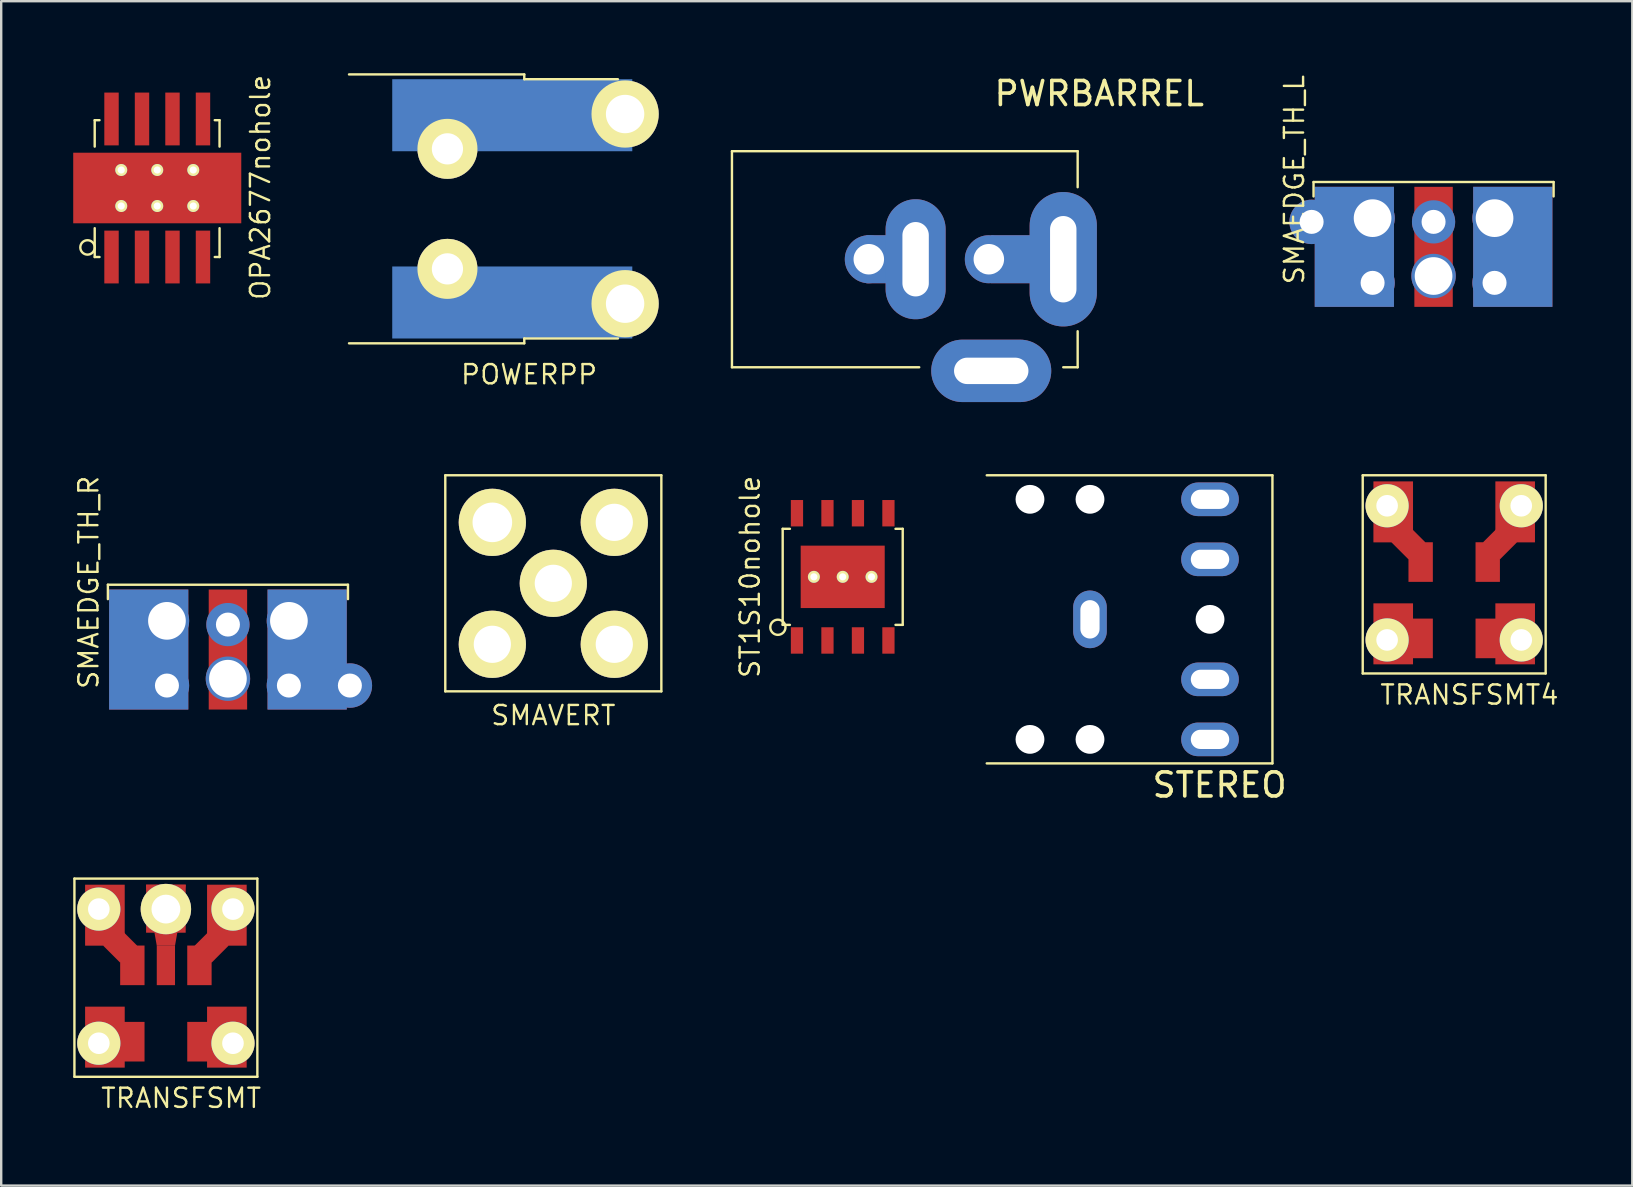
<source format=kicad_pcb>
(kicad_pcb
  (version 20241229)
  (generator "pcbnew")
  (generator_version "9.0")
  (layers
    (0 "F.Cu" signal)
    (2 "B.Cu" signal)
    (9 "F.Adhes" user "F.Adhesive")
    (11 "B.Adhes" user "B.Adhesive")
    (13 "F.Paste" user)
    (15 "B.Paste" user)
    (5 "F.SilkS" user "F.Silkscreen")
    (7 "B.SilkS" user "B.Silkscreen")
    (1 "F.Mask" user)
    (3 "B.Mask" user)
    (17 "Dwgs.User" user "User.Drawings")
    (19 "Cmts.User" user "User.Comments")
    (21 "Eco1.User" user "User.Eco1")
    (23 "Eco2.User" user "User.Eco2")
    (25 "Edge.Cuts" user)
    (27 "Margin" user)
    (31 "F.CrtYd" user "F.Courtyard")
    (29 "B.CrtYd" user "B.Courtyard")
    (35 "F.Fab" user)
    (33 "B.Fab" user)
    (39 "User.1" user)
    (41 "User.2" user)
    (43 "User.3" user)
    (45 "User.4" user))
  (footprint "SMAVERT"
    (layer "F.Cu")
    (at 19.998 21.248)
    (property "Reference" "SMAVERT" (at 0 5.5 0) (layer "F.SilkS") (effects (font (size 0.8 0.8) (thickness 0.1))))
    (attr through_hole)
    (fp_line (start -4.5 -4.5) (end -4.5 4.5) (stroke (width 0.1) (type solid)) (layer "F.SilkS"))
    (fp_line (start -4.5 4.5) (end 4.5 4.5) (stroke (width 0.1) (type solid)) (layer "F.SilkS"))
    (fp_line (start 4.5 -4.5) (end -4.5 -4.5) (stroke (width 0.1) (type solid)) (layer "F.SilkS"))
    (fp_line (start 4.5 4.5) (end 4.5 -4.5) (stroke (width 0.1) (type solid)) (layer "F.SilkS"))
    (pad "1" thru_hole circle (at 0 0) (size 2.8 2.8) (drill 1.55) (layers "*.Cu" "*.Mask" "F.SilkS"))
    (pad "2" thru_hole circle (at -2.54 -2.54) (size 2.8 2.8) (drill 1.65) (layers "*.Cu" "*.Mask" "F.SilkS"))
    (pad "2" thru_hole circle (at -2.54 2.54) (size 2.8 2.8) (drill 1.55) (layers "*.Cu" "*.Mask" "F.SilkS"))
    (pad "2" thru_hole circle (at 2.54 -2.54) (size 2.8 2.8) (drill 1.55) (layers "*.Cu" "*.Mask" "F.SilkS"))
    (pad "2" thru_hole circle (at 2.54 2.54) (size 2.8 2.8) (drill 1.55) (layers "*.Cu" "*.Mask" "F.SilkS")))
  (footprint "SMAEDGE_TH_R"
    (layer "F.Cu")
    (at 6.444 26.706)
    (property "Reference" "SMAEDGE_TH_R" (at -5.8 -5.5 90) (layer "F.SilkS") (effects (font (size 0.8 0.8) (thickness 0.1))))
    (attr through_hole)
    (fp_line (start -5 -5.4) (end -5 -4.8) (stroke (width 0.1) (type solid)) (layer "F.SilkS"))
    (fp_line (start -5 -5.4) (end 5 -5.4) (stroke (width 0.1) (type solid)) (layer "F.SilkS"))
    (fp_line (start 5 -5.4) (end 5 -4.8) (stroke (width 0.1) (type solid)) (layer "F.SilkS"))
    (pad "1" thru_hole circle (at 0 -3.74) (size 1.8 1.8) (drill 1) (layers "*.Cu" "*.Mask"))
    (pad "1" smd rect (at 0 -2.7) (size 1.6 5) (layers "F.Cu" "F.Mask" "F.Paste"))
    (pad "1" thru_hole circle (at 0 -1.485) (size 1.85 1.85) (drill 1.57) (layers "*.Cu" "*.Mask"))
    (pad "2" smd rect (at -3.3 -2.7) (size 3.3 5) (layers "F.Cu" "F.Mask" "F.Paste"))
    (pad "2" smd rect (at -3.3 -2.7) (size 3.3 5) (layers "B.Cu" "B.Mask" "B.Paste"))
    (pad "2" thru_hole circle (at -2.54 -3.895) (size 1.85 1.85) (drill 1.57) (layers "*.Cu" "*.Mask"))
    (pad "2" thru_hole circle (at -2.54 -1.2) (size 1.85 1.85) (drill 1) (layers "*.Cu" "*.Mask"))
    (pad "2" thru_hole circle (at 2.54 -3.895) (size 1.85 1.85) (drill 1.57) (layers "*.Cu" "*.Mask"))
    (pad "2" thru_hole circle (at 2.54 -1.2) (size 1.85 1.85) (drill 1) (layers "*.Cu" "*.Mask"))
    (pad "2" smd rect (at 3.3 -2.7) (size 3.3 5) (layers "F.Cu" "F.Mask" "F.Paste"))
    (pad "2" smd rect (at 3.3 -2.7) (size 3.3 5) (layers "*.Paste" "B.Cu" "B.Mask"))
    (pad "2" thru_hole circle (at 5.08 -1.2) (size 1.85 1.85) (drill 1) (layers "*.Cu" "*.Mask")))
  (footprint "TRANSFSMT4"
    (layer "F.Cu")
    (at 57.523 20.812)
    (property "Reference" "TRANSFSMT4" (at 0.635 5.08 0) (layer "F.SilkS") (effects (font (size 0.8 0.8) (thickness 0.1))))
    (attr through_hole)
    (fp_line (start -3.81 -4.064) (end -3.81 4.191) (stroke (width 0.1) (type solid)) (layer "F.SilkS"))
    (fp_line (start -3.81 -4.064) (end 3.81 -4.064) (stroke (width 0.1) (type solid)) (layer "F.SilkS"))
    (fp_line (start -3.81 4.191) (end 3.81 4.191) (stroke (width 0.1) (type solid)) (layer "F.SilkS"))
    (fp_line (start 3.81 4.191) (end 3.81 -4.064) (stroke (width 0.1) (type solid)) (layer "F.SilkS"))
    (pad "1" smd rect (at 1.397 -0.45) (size 1.015 1.65) (layers "F.Cu" "F.Mask" "F.Paste"))
    (pad "1" smd rect (at 1.905 -1.27 45) (size 1 1) (layers "F.Cu" "F.Mask" "F.Paste"))
    (pad "1" smd rect (at 2.54 -2.54) (size 1.65 2.54) (layers "F.Cu" "F.Mask" "F.Paste"))
    (pad "1" thru_hole circle (at 2.794 -2.794) (size 1.8 1.8) (drill 0.9) (layers "*.Cu" "*.Mask" "F.SilkS"))
    (pad "2" thru_hole circle (at -2.794 -2.794) (size 1.8 1.8) (drill 0.9) (layers "*.Cu" "*.Mask" "F.SilkS"))
    (pad "2" smd rect (at -2.54 -2.54) (size 1.65 2.54) (layers "F.Cu" "F.Mask" "F.Paste"))
    (pad "2" smd rect (at -1.905 -1.27 45) (size 1 1) (layers "F.Cu" "F.Mask" "F.Paste"))
    (pad "2" smd rect (at -1.397 -0.45) (size 1.015 1.65) (layers "F.Cu" "F.Mask" "F.Paste"))
    (pad "3" thru_hole circle (at -2.794 2.794) (size 1.8 1.8) (drill 0.9) (layers "*.Cu" "*.Mask" "F.SilkS"))
    (pad "3" smd rect (at -2.54 2.54) (size 1.65 2.54) (layers "F.Cu" "F.Mask" "F.Paste"))
    (pad "3" smd rect (at -1.397 2.73) (size 1.015 1.65) (layers "F.Cu" "F.Mask" "F.Paste"))
    (pad "4" smd rect (at 1.397 2.73) (size 1.015 1.65) (layers "F.Cu" "F.Mask" "F.Paste"))
    (pad "4" smd rect (at 2.54 2.54) (size 1.65 2.54) (layers "F.Cu" "F.Mask" "F.Paste"))
    (pad "4" thru_hole circle (at 2.794 2.794) (size 1.8 1.8) (drill 0.9) (layers "*.Cu" "*.Mask" "F.SilkS")))
  (footprint "TRANSFSMT"
    (layer "F.Cu")
    (at 3.86 37.611)
    (property "Reference" "TRANSFSMT" (at 0.635 5.08 0) (layer "F.SilkS") (effects (font (size 0.8 0.8) (thickness 0.1))))
    (attr through_hole)
    (fp_line (start -3.81 -4.064) (end -3.81 4.191) (stroke (width 0.1) (type solid)) (layer "F.SilkS"))
    (fp_line (start -3.81 -4.064) (end 3.81 -4.064) (stroke (width 0.1) (type solid)) (layer "F.SilkS"))
    (fp_line (start -3.81 4.191) (end 3.81 4.191) (stroke (width 0.1) (type solid)) (layer "F.SilkS"))
    (fp_line (start 3.81 4.191) (end 3.81 -4.064) (stroke (width 0.1) (type solid)) (layer "F.SilkS"))
    (pad "1" smd rect (at 1.397 -0.45) (size 1.015 1.65) (layers "F.Cu" "F.Mask" "F.Paste"))
    (pad "1" smd rect (at 1.905 -1.27 45) (size 1 1) (layers "F.Cu" "F.Mask" "F.Paste"))
    (pad "1" smd rect (at 2.54 -2.54) (size 1.65 2.54) (layers "F.Cu" "F.Mask" "F.Paste"))
    (pad "1" thru_hole circle (at 2.794 -2.794) (size 1.8 1.8) (drill 0.9) (layers "*.Cu" "*.Mask" "F.SilkS"))
    (pad "2" smd rect (at 0 -2.81) (size 1.65 2) (layers "F.Cu" "F.Mask" "F.Paste"))
    (pad "2" thru_hole circle (at 0 -2.794) (size 2.1 2.1) (drill 1.2) (layers "*.Cu" "*.Mask" "F.SilkS"))
    (pad "2" smd trapezoid (at 0 -2.54) (size 1.21 2.54) (rect_delta 0 -0.45) (layers "F.Cu" "F.Mask" "F.Paste"))
    (pad "2" smd rect (at 0 -0.45) (size 0.76 1.65) (layers "F.Cu" "F.Mask" "F.Paste"))
    (pad "3" thru_hole circle (at -2.794 -2.794) (size 1.8 1.8) (drill 0.9) (layers "*.Cu" "*.Mask" "F.SilkS"))
    (pad "3" smd rect (at -2.54 -2.54) (size 1.65 2.54) (layers "F.Cu" "F.Mask" "F.Paste"))
    (pad "3" smd rect (at -1.905 -1.27 45) (size 1 1) (layers "F.Cu" "F.Mask" "F.Paste"))
    (pad "3" smd rect (at -1.397 -0.45) (size 1.015 1.65) (layers "F.Cu" "F.Mask" "F.Paste"))
    (pad "4" thru_hole circle (at -2.794 2.794) (size 1.8 1.8) (drill 0.9) (layers "*.Cu" "*.Mask" "F.SilkS"))
    (pad "4" smd rect (at -2.54 2.54) (size 1.65 2.54) (layers "F.Cu" "F.Mask" "F.Paste"))
    (pad "4" smd rect (at -1.397 2.73) (size 1.015 1.65) (layers "F.Cu" "F.Mask" "F.Paste"))
    (pad "5" smd rect (at 1.397 2.73) (size 1.015 1.65) (layers "F.Cu" "F.Mask" "F.Paste"))
    (pad "5" smd rect (at 2.54 2.54) (size 1.65 2.54) (layers "F.Cu" "F.Mask" "F.Paste"))
    (pad "5" thru_hole circle (at 2.794 2.794) (size 1.8 1.8) (drill 0.9) (layers "*.Cu" "*.Mask" "F.SilkS")))
  (footprint "ST1S10nohole"
    (layer "F.Cu")
    (at 32.052 20.978)
    (property "Reference" "ST1S10nohole" (at -3.86 0 90) (layer "F.SilkS") (effects (font (size 0.8 0.8) (thickness 0.1))))
    (attr through_hole)
    (fp_line (start -2.5 -2) (end -2.5 2) (stroke (width 0.1) (type solid)) (layer "F.SilkS"))
    (fp_line (start -2.5 2) (end -2.2 2) (stroke (width 0.1) (type solid)) (layer "F.SilkS"))
    (fp_line (start -2.2 -2) (end -2.5 -2) (stroke (width 0.1) (type solid)) (layer "F.SilkS"))
    (fp_line (start 2.2 2) (end 2.5 2) (stroke (width 0.1) (type solid)) (layer "F.SilkS"))
    (fp_line (start 2.5 -2) (end 2.2 -2) (stroke (width 0.1) (type solid)) (layer "F.SilkS"))
    (fp_line (start 2.5 2) (end 2.5 -2) (stroke (width 0.1) (type solid)) (layer "F.SilkS"))
    (fp_circle (center -2.7 2.1) (end -2.8 1.8) (stroke (width 0.1) (type solid)) (fill no) (layer "F.SilkS"))
    (pad "1" smd rect (at -1.905 2.65) (size 0.51 1.1) (layers "F.Cu" "F.Mask" "F.Paste"))
    (pad "2" smd rect (at -0.635 2.65) (size 0.51 1.1) (layers "F.Cu" "F.Mask" "F.Paste"))
    (pad "3" smd rect (at 0.635 2.65) (size 0.51 1.1) (layers "F.Cu" "F.Mask" "F.Paste"))
    (pad "4" smd rect (at 1.905 2.65) (size 0.51 1.1) (layers "F.Cu" "F.Mask" "F.Paste"))
    (pad "5" smd rect (at 1.905 -2.65) (size 0.51 1.1) (layers "F.Cu" "F.Mask" "F.Paste"))
    (pad "6" smd rect (at 0.635 -2.65) (size 0.51 1.1) (layers "F.Cu" "F.Mask" "F.Paste"))
    (pad "7" smd rect (at -0.635 -2.65) (size 0.51 1.1) (layers "F.Cu" "F.Mask" "F.Paste"))
    (pad "8" smd rect (at -1.905 -2.65) (size 0.51 1.1) (layers "F.Cu" "F.Mask" "F.Paste"))
    (pad "9" thru_hole circle (at -1.2 0) (size 0.5 0.5) (drill 0.3) (layers "*.Cu" "*.Mask" "F.SilkS"))
    (pad "9" thru_hole circle (at 0 0) (size 0.5 0.5) (drill 0.3) (layers "*.Cu" "*.Mask" "F.SilkS"))
    (pad "9" smd rect (at 0 0) (size 3.5 2.6) (layers "F.Cu" "F.Mask" "F.Paste"))
    (pad "9" thru_hole circle (at 1.2 0) (size 0.5 0.5) (drill 0.3) (layers "*.Cu" "*.Mask" "F.SilkS")))
  (footprint "STEREO"
    (layer "F.Cu")
    (at 37.852 22.748)
    (property "Reference" "STEREO" (at 9.9 6.9 0) (layer "F.SilkS") (effects (font (size 1 1) (thickness 0.15))))
    (attr through_hole)
    (fp_line (start 0.2 -6) (end 12.1 -6) (stroke (width 0.1) (type solid)) (layer "F.SilkS"))
    (fp_line (start 12.1 -6) (end 12.1 6) (stroke (width 0.1) (type solid)) (layer "F.SilkS"))
    (fp_line (start 12.1 6) (end 0.2 6) (stroke (width 0.1) (type solid)) (layer "F.SilkS"))
    (pad "" np_thru_hole circle (at 2 -5) (size 1.2 1.2) (drill 1.2) (layers "*.Cu" "*.Mask"))
    (pad "" np_thru_hole circle (at 2 5) (size 1.2 1.2) (drill 1.2) (layers "*.Cu" "*.Mask"))
    (pad "" np_thru_hole circle (at 4.5 -5) (size 1.2 1.2) (drill 1.2) (layers "*.Cu" "*.Mask"))
    (pad "" np_thru_hole circle (at 4.5 5) (size 1.2 1.2) (drill 1.2) (layers "*.Cu" "*.Mask"))
    (pad "" np_thru_hole circle (at 9.5 0) (size 1.2 1.2) (drill 1.2) (layers "*.Cu" "*.Mask"))
    (pad "1" thru_hole oval (at 4.5 0) (size 1.4 2.4) (drill oval 0.8 1.6) (layers "*.Cu" "*.Mask"))
    (pad "2" thru_hole oval (at 9.5 5) (size 2.4 1.4) (drill oval 1.6 0.8) (layers "*.Cu" "*.Mask"))
    (pad "3" thru_hole oval (at 9.5 -5) (size 2.4 1.4) (drill oval 1.6 0.8) (layers "*.Cu" "*.Mask"))
    (pad "4" thru_hole oval (at 9.5 2.5) (size 2.4 1.4) (drill oval 1.6 0.8) (layers "*.Cu" "*.Mask"))
    (pad "5" thru_hole oval (at 9.5 -2.5) (size 2.4 1.4) (drill oval 1.6 0.8) (layers "*.Cu" "*.Mask")))
  (footprint "POWERPP"
    (layer "F.Cu")
    (at 18.988 5.65)
    (property "Reference" "POWERPP" (at 0 6.9 0) (layer "F.SilkS") (effects (font (size 0.8 0.8) (thickness 0.1))))
    (attr through_hole)
    (fp_line (start -0.2 -5.6) (end -7.5 -5.6) (stroke (width 0.1) (type solid)) (layer "F.SilkS"))
    (fp_line (start -0.2 -5.6) (end -0.2 -5.4) (stroke (width 0.1) (type solid)) (layer "F.SilkS"))
    (fp_line (start -0.2 -5.4) (end 3.7 -5.4) (stroke (width 0.1) (type solid)) (layer "F.SilkS"))
    (fp_line (start -0.2 5.4) (end 3.7 5.4) (stroke (width 0.1) (type solid)) (layer "F.SilkS"))
    (fp_line (start -0.2 5.6) (end -7.5 5.6) (stroke (width 0.1) (type solid)) (layer "F.SilkS"))
    (fp_line (start -0.2 5.6) (end -0.2 5.4) (stroke (width 0.1) (type solid)) (layer "F.SilkS"))
    (pad "1" thru_hole circle (at -3.4 -2.5) (size 2.5 2.5) (drill 1.3) (layers "*.Cu" "*.Mask" "F.SilkS"))
    (pad "1" smd rect (at -0.7 -3.9) (size 10 3) (layers "B.Cu" "B.Mask" "B.Paste"))
    (pad "1" thru_hole circle (at 4 -3.95) (size 2.8 2.8) (drill 1.6) (layers "*.Cu" "*.Mask" "F.SilkS"))
    (pad "2" thru_hole circle (at -3.4 2.5) (size 2.5 2.5) (drill 1.3) (layers "*.Cu" "*.Mask" "F.SilkS"))
    (pad "2" smd rect (at -0.7 3.9) (size 10 3) (layers "B.Cu" "B.Mask" "B.Paste"))
    (pad "2" thru_hole circle (at 4 3.95) (size 2.8 2.8) (drill 1.6) (layers "*.Cu" "*.Mask" "F.SilkS")))
  (footprint "PWRBARREL"
    (layer "F.Cu")
    (at 38.239 7.748)
    (property "Reference" "PWRBARREL" (at 4.5 -6.9 0) (layer "F.SilkS") (effects (font (size 1 1) (thickness 0.15))))
    (attr through_hole)
    (fp_line (start -10.8 -4.5) (end 3.6 -4.5) (stroke (width 0.1) (type solid)) (layer "F.SilkS"))
    (fp_line (start -10.8 4.5) (end -10.8 -4.5) (stroke (width 0.1) (type solid)) (layer "F.SilkS"))
    (fp_line (start -10.8 4.5) (end -3 4.5) (stroke (width 0.1) (type solid)) (layer "F.SilkS"))
    (fp_line (start 3 4.5) (end 3.6 4.5) (stroke (width 0.1) (type solid)) (layer "F.SilkS"))
    (fp_line (start 3.6 -4.5) (end 3.6 -3) (stroke (width 0.1) (type solid)) (layer "F.SilkS"))
    (fp_line (start 3.6 4.5) (end 3.6 3) (stroke (width 0.1) (type solid)) (layer "F.SilkS"))
    (pad "1" thru_hole circle (at -0.1 0) (size 2 2) (drill 1.27) (layers "*.Cu" "*.Mask"))
    (pad "1" smd rect (at 1 0) (size 2 2) (layers "F.Cu" "F.Mask" "F.Paste"))
    (pad "1" thru_hole oval (at 3 0) (size 2.8 5.6) (drill oval 1.1 3.6) (layers "*.Cu" "*.Mask"))
    (pad "2" thru_hole circle (at -5.1 0) (size 2 2) (drill 1.27) (layers "*.Cu" "*.Mask"))
    (pad "2" smd rect (at -4.5 0) (size 1.4 2) (layers "F.Cu" "F.Mask" "F.Paste"))
    (pad "2" smd rect (at -4.5 0) (size 1.4 2) (layers "B.Cu" "B.Mask" "B.Paste"))
    (pad "2" thru_hole oval (at -3.15 0) (size 2.5 5) (drill oval 1.1 3.1) (layers "*.Cu" "*.Mask"))
    (pad "2" thru_hole oval (at 0 4.65) (size 5 2.6) (drill oval 3.1 1.1) (layers "*.Cu" "*.Mask"))
    (pad "2" smd rect (at 1 0) (size 2 2) (layers "B.Cu" "B.Mask" "B.Paste")))
  (footprint "OPA2677nohole"
    (layer "F.Cu")
    (at 1.595 7.656)
    (property "Reference" "OPA2677nohole" (at 6.2 -2.9 90) (layer "F.SilkS") (effects (font (size 0.8 0.8) (thickness 0.1))))
    (attr through_hole)
    (fp_line (start -0.7 -5.7) (end -0.7 -4.6) (stroke (width 0.1) (type solid)) (layer "F.SilkS"))
    (fp_line (start -0.7 0) (end -0.7 -1.2) (stroke (width 0.1) (type solid)) (layer "F.SilkS"))
    (fp_line (start -0.5 -5.7) (end -0.7 -5.7) (stroke (width 0.1) (type solid)) (layer "F.SilkS"))
    (fp_line (start -0.5 0) (end -0.7 0) (stroke (width 0.1) (type solid)) (layer "F.SilkS"))
    (fp_line (start 4.3 -5.7) (end 4.5 -5.7) (stroke (width 0.1) (type solid)) (layer "F.SilkS"))
    (fp_line (start 4.3 0) (end 4.5 0) (stroke (width 0.1) (type solid)) (layer "F.SilkS"))
    (fp_line (start 4.5 -5.7) (end 4.5 -4.6) (stroke (width 0.1) (type solid)) (layer "F.SilkS"))
    (fp_line (start 4.5 0) (end 4.5 -1.2) (stroke (width 0.1) (type solid)) (layer "F.SilkS"))
    (fp_circle (center -1 -0.4) (end -1.3 -0.4) (stroke (width 0.1) (type solid)) (fill no) (layer "F.SilkS"))
    (pad "1" smd rect (at 0 0) (size 0.6 2.2) (layers "F.Cu" "F.Mask" "F.Paste"))
    (pad "2" smd rect (at 1.27 0) (size 0.6 2.2) (layers "F.Cu" "F.Mask" "F.Paste"))
    (pad "3" smd rect (at 2.54 0) (size 0.6 2.2) (layers "F.Cu" "F.Mask" "F.Paste"))
    (pad "4" thru_hole circle (at 0.405 -3.625) (size 0.5 0.5) (drill 0.3) (layers "*.Cu" "*.Mask" "F.SilkS"))
    (pad "4" thru_hole circle (at 0.405 -2.125) (size 0.5 0.5) (drill 0.3) (layers "*.Cu" "*.Mask" "F.SilkS"))
    (pad "4" thru_hole circle (at 1.905 -3.625) (size 0.5 0.5) (drill 0.3) (layers "*.Cu" "*.Mask" "F.SilkS"))
    (pad "4" smd rect (at 1.905 -2.875) (size 7 2.94) (layers "F.Cu" "F.Mask" "F.Paste"))
    (pad "4" thru_hole circle (at 1.905 -2.125) (size 0.5 0.5) (drill 0.3) (layers "*.Cu" "*.Mask" "F.SilkS"))
    (pad "4" thru_hole circle (at 3.405 -3.625) (size 0.5 0.5) (drill 0.3) (layers "*.Cu" "*.Mask" "F.SilkS"))
    (pad "4" thru_hole circle (at 3.405 -2.125) (size 0.5 0.5) (drill 0.3) (layers "*.Cu" "*.Mask" "F.SilkS"))
    (pad "4" smd rect (at 3.81 0) (size 0.6 2.2) (layers "F.Cu" "F.Mask" "F.Paste"))
    (pad "5" smd rect (at 3.81 -5.75) (size 0.6 2.2) (layers "F.Cu" "F.Mask" "F.Paste"))
    (pad "6" smd rect (at 2.54 -5.75) (size 0.6 2.2) (layers "F.Cu" "F.Mask" "F.Paste"))
    (pad "7" smd rect (at 1.27 -5.75) (size 0.6 2.2) (layers "F.Cu" "F.Mask" "F.Paste"))
    (pad "8" smd rect (at 0 -5.75) (size 0.6 2.2) (layers "F.Cu" "F.Mask" "F.Paste")))
  (footprint "SMAEDGE_TH_L"
    (layer "F.Cu")
    (at 56.664 9.932)
    (property "Reference" "SMAEDGE_TH_L" (at -5.8 -5.5 90) (layer "F.SilkS") (effects (font (size 0.8 0.8) (thickness 0.1))))
    (attr through_hole)
    (fp_line (start -5 -5.4) (end -5 -4.8) (stroke (width 0.1) (type solid)) (layer "F.SilkS"))
    (fp_line (start -5 -5.4) (end 5 -5.4) (stroke (width 0.1) (type solid)) (layer "F.SilkS"))
    (fp_line (start 5 -5.4) (end 5 -4.8) (stroke (width 0.1) (type solid)) (layer "F.SilkS"))
    (pad "1" thru_hole circle (at 0 -3.74) (size 1.8 1.8) (drill 1) (layers "*.Cu" "*.Mask"))
    (pad "1" smd rect (at 0 -2.7) (size 1.6 5) (layers "F.Cu" "F.Mask"))
    (pad "1" thru_hole circle (at 0 -1.485) (size 1.85 1.85) (drill 1.57) (layers "*.Cu" "*.Mask"))
    (pad "2" thru_hole circle (at -5.08 -3.74) (size 1.85 1.85) (drill 1) (layers "*.Cu" "*.Mask"))
    (pad "2" smd rect (at -3.3 -2.7) (size 3.3 5) (layers "F.Cu" "F.Mask"))
    (pad "2" smd rect (at -3.3 -2.7) (size 3.3 5) (layers "B.Cu" "B.Mask"))
    (pad "2" thru_hole circle (at -2.54 -3.895) (size 1.85 1.85) (drill 1.57) (layers "*.Cu" "*.Mask"))
    (pad "2" thru_hole circle (at -2.54 -1.2) (size 1.85 1.85) (drill 1) (layers "*.Cu" "*.Mask"))
    (pad "2" thru_hole circle (at 2.54 -3.895) (size 1.85 1.85) (drill 1.57) (layers "*.Cu" "*.Mask"))
    (pad "2" thru_hole circle (at 2.54 -1.2) (size 1.85 1.85) (drill 1) (layers "*.Cu" "*.Mask"))
    (pad "2" smd rect (at 3.3 -2.7) (size 3.3 5) (layers "F.Cu" "F.Mask"))
    (pad "2" smd rect (at 3.3 -2.7) (size 3.3 5) (layers "B.Cu" "B.Mask")))
  (gr_rect
    (start -3 -3)
    (end 64.942 46.334)
    (stroke (width 0.1) (type default))
    (fill no)
    (layer "Edge.Cuts")))
</source>
